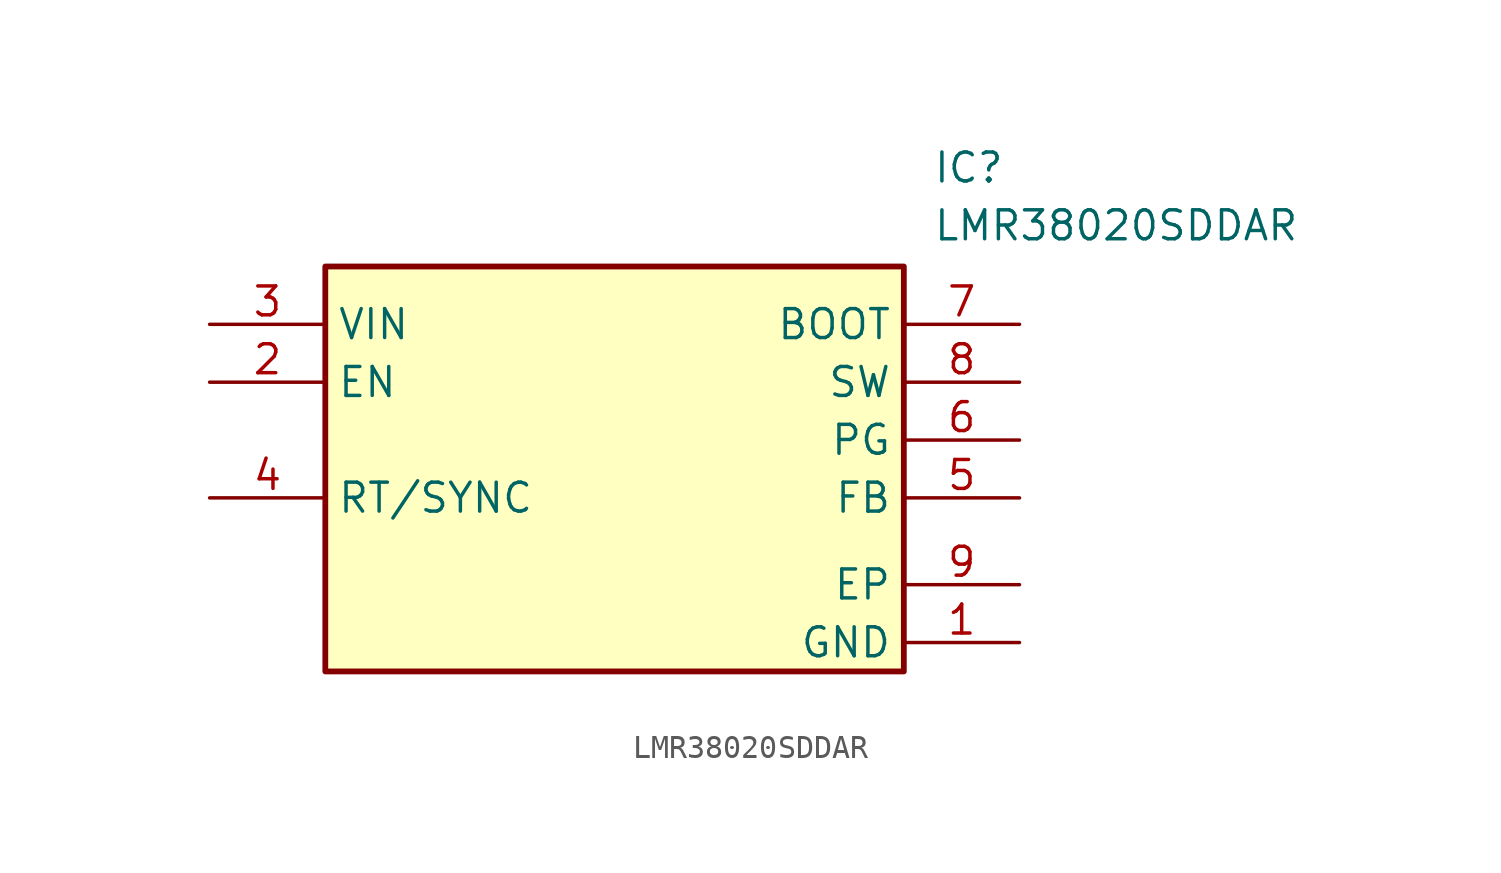
<source format=kicad_sym>
(kicad_symbol_lib
  (version 20220914)
  (generator kicad_symbol_editor)
  (symbol "LMR38020SDDAR"
    (property "Reference" "IC"
      (at 31.75 7.62 0)
      (effects (font (size 1.27 1.27)) (justify left top)))
    (property "Value" "LMR38020SDDAR"
      (at 31.75 5.08 0)
      (effects (font (size 1.27 1.27)) (justify left top)))
    (symbol "LMR38020SDDAR_1_1"
      (rectangle (start 5.08 2.54) (end 30.48 -15.24) (stroke (width 0.254) (type default)) (fill (type background)))
      (pin passive line (at 35.56 -13.97 180) (length 5.08) (name "GND" (effects (font (size 1.27 1.27)))) (number "1" (effects (font (size 1.27 1.27)))))
      (pin passive line (at 0 -2.54 0) (length 5.08) (name "EN" (effects (font (size 1.27 1.27)))) (number "2" (effects (font (size 1.27 1.27)))))
      (pin passive line (at 0 0 0) (length 5.08) (name "VIN" (effects (font (size 1.27 1.27)))) (number "3" (effects (font (size 1.27 1.27)))))
      (pin passive line (at 0 -7.62 0) (length 5.08) (name "RT/SYNC" (effects (font (size 1.27 1.27)))) (number "4" (effects (font (size 1.27 1.27)))))
      (pin passive line (at 35.56 -7.62 180) (length 5.08) (name "FB" (effects (font (size 1.27 1.27)))) (number "5" (effects (font (size 1.27 1.27)))))
      (pin passive line (at 35.56 -5.08 180) (length 5.08) (name "PG" (effects (font (size 1.27 1.27)))) (number "6" (effects (font (size 1.27 1.27)))))
      (pin passive line (at 35.56 0 180) (length 5.08) (name "BOOT" (effects (font (size 1.27 1.27)))) (number "7" (effects (font (size 1.27 1.27)))))
      (pin passive line (at 35.56 -2.54 180) (length 5.08) (name "SW" (effects (font (size 1.27 1.27)))) (number "8" (effects (font (size 1.27 1.27)))))
      (pin passive line (at 35.56 -11.43 180) (length 5.08) (name "EP" (effects (font (size 1.27 1.27)))) (number "9" (effects (font (size 1.27 1.27))))))))
</source>
